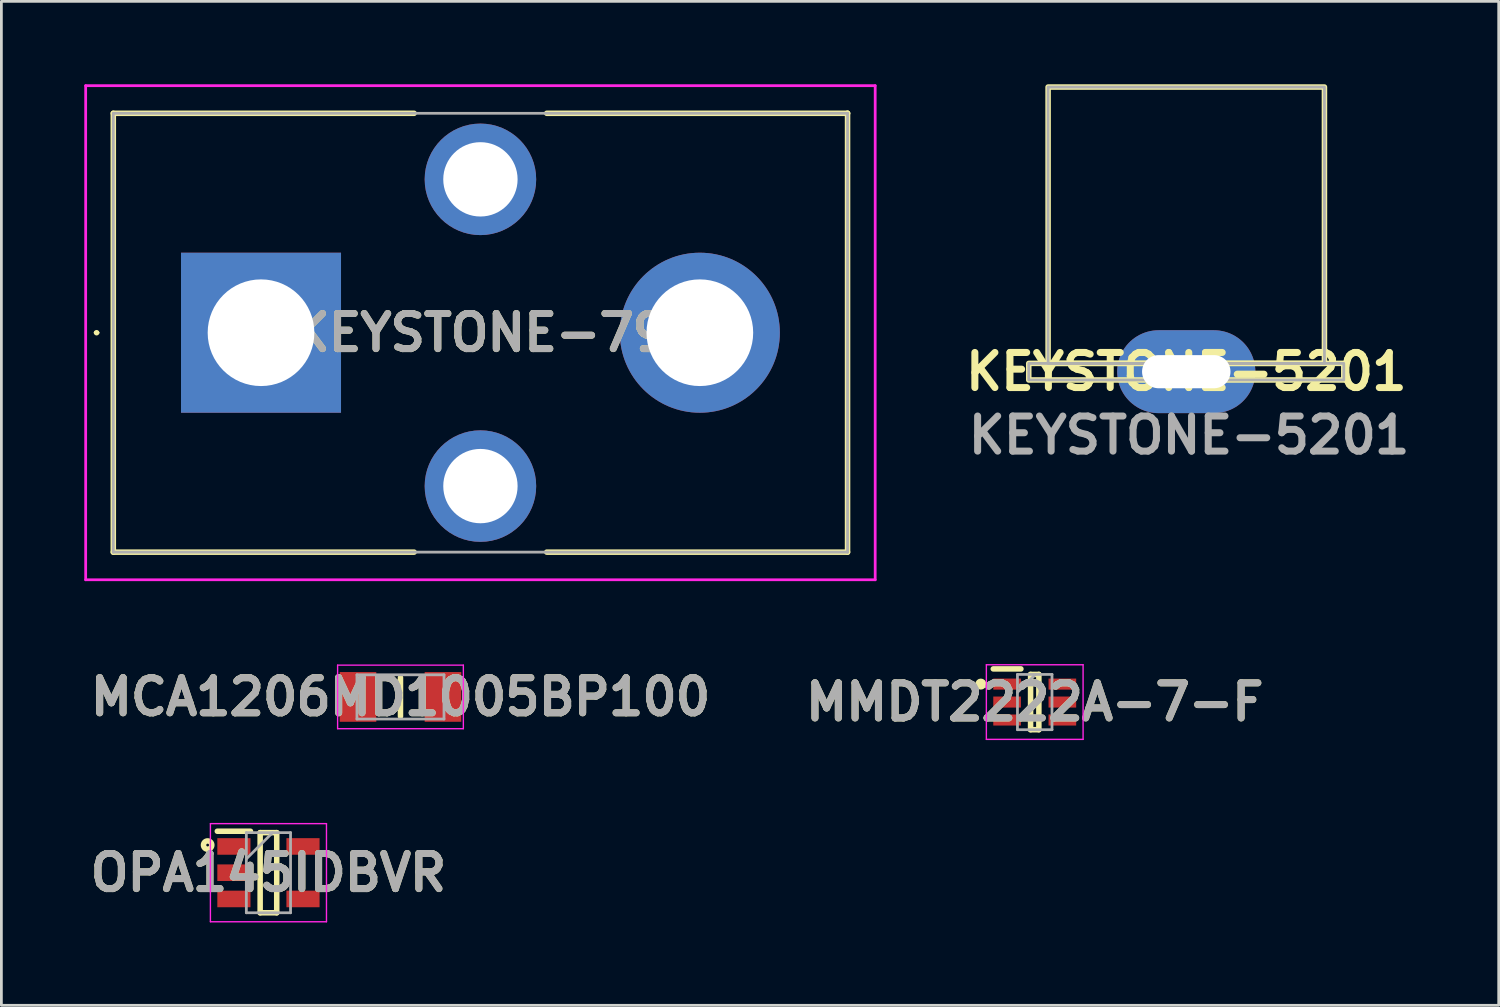
<source format=kicad_pcb>
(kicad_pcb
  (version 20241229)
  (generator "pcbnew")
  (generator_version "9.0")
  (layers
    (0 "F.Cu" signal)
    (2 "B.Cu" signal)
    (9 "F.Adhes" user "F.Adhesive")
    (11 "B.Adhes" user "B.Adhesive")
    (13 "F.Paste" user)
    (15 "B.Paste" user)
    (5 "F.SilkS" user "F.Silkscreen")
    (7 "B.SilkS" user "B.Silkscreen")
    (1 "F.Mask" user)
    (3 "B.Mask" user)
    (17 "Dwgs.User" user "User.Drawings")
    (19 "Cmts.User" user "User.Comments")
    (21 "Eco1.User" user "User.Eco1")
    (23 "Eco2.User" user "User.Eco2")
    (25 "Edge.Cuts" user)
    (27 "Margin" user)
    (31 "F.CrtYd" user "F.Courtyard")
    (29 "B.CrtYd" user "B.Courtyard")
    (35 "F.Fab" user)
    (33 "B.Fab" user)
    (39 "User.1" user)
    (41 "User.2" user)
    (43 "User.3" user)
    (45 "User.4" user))
  (footprint "KEYSTONE-5201"
    (layer "F.Cu")
    (at 39.877 10.4)
    (property "Reference" "KEYSTONE-5201" (at 0 0 0) (layer "F.SilkS") (effects (font (size 1.27 1.27) (thickness 0.254))))
    (attr through_hole)
    (fp_rect (start -5.7 -0.3) (end 5.7 0.3) (stroke (width 0.2) (type default)) (fill no) (layer "F.SilkS"))
    (fp_rect (start -5 -10.3) (end 5 -0.3) (stroke (width 0.2) (type default)) (fill no) (layer "F.SilkS"))
    (fp_rect (start -5.7 -0.3) (end 5.7 0.3) (stroke (width 0.1) (type default)) (fill no) (layer "F.Fab"))
    (fp_rect (start -5 -10.3) (end 5 -0.3) (stroke (width 0.1) (type default)) (fill no) (layer "F.Fab"))
    (fp_text user "${REFERENCE}" (at 0.1 2.3 0) (layer "F.Fab") (effects (font (size 1.27 1.27) (thickness 0.254))))
    (pad "1" thru_hole oval (at 0 0) (size 5 3) (drill oval 3.2 1.2) (layers "*.Cu" "*.Mask")))
  (footprint "OPA145IDBVR"
    (layer "F.Cu")
    (at 6.664 28.53)
    (property "Reference" "OPA145IDBVR" (at 0 0 0) (layer "F.SilkS") (effects (font (size 1.27 1.27) (thickness 0.254))))
    (attr smd)
    (fp_line (start -1.85 -1.5) (end -0.65 -1.5) (stroke (width 0.2) (type solid)) (layer "F.SilkS"))
    (fp_line (start -0.3 -1.45) (end 0.3 -1.45) (stroke (width 0.2) (type solid)) (layer "F.SilkS"))
    (fp_line (start -0.3 1.45) (end -0.3 -1.45) (stroke (width 0.2) (type solid)) (layer "F.SilkS"))
    (fp_line (start 0.3 -1.45) (end 0.3 1.45) (stroke (width 0.2) (type solid)) (layer "F.SilkS"))
    (fp_line (start 0.3 1.45) (end -0.3 1.45) (stroke (width 0.2) (type solid)) (layer "F.SilkS"))
    (fp_circle (center -2.2 -1) (end -2.15 -1) (stroke (width 0.2) (type default)) (fill no) (layer "F.SilkS"))
    (fp_line (start -2.1 -1.775) (end 2.1 -1.775) (stroke (width 0.05) (type solid)) (layer "F.CrtYd"))
    (fp_line (start -2.1 1.775) (end -2.1 -1.775) (stroke (width 0.05) (type solid)) (layer "F.CrtYd"))
    (fp_line (start 2.1 -1.775) (end 2.1 1.775) (stroke (width 0.05) (type solid)) (layer "F.CrtYd"))
    (fp_line (start 2.1 1.775) (end -2.1 1.775) (stroke (width 0.05) (type solid)) (layer "F.CrtYd"))
    (fp_line (start -0.8 -1.45) (end 0.8 -1.45) (stroke (width 0.1) (type solid)) (layer "F.Fab"))
    (fp_line (start -0.8 -0.5) (end 0.15 -1.45) (stroke (width 0.1) (type solid)) (layer "F.Fab"))
    (fp_line (start -0.8 1.45) (end -0.8 -1.45) (stroke (width 0.1) (type solid)) (layer "F.Fab"))
    (fp_line (start 0.8 -1.45) (end 0.8 1.45) (stroke (width 0.1) (type solid)) (layer "F.Fab"))
    (fp_line (start 0.8 1.45) (end -0.8 1.45) (stroke (width 0.1) (type solid)) (layer "F.Fab"))
    (fp_text user "${REFERENCE}" (at 0 0 0) (layer "F.Fab") (effects (font (size 1.27 1.27) (thickness 0.254))))
    (pad "1" smd rect (at -1.25 -0.95 90) (size 0.6 1.2) (layers "F.Cu" "F.Mask" "F.Paste"))
    (pad "2" smd rect (at -1.25 0 90) (size 0.6 1.2) (layers "F.Cu" "F.Mask" "F.Paste"))
    (pad "3" smd rect (at -1.25 0.95 90) (size 0.6 1.2) (layers "F.Cu" "F.Mask" "F.Paste"))
    (pad "4" smd rect (at 1.25 0.95 90) (size 0.6 1.2) (layers "F.Cu" "F.Mask" "F.Paste"))
    (pad "5" smd rect (at 1.25 -0.95 90) (size 0.6 1.2) (layers "F.Cu" "F.Mask" "F.Paste")))
  (footprint "KEYSTONE-79"
    (layer "F.Cu")
    (at 6.395 8.99)
    (property "Reference" "KEYSTONE-79" (at 7.94 0 0) (layer "F.SilkS") (effects (font (size 1.27 1.27) (thickness 0.254))))
    (attr through_hole)
    (fp_line (start -6 0) (end -6 0) (stroke (width 0.1) (type solid)) (layer "F.SilkS"))
    (fp_line (start -5.9 0) (end -5.9 0) (stroke (width 0.1) (type solid)) (layer "F.SilkS"))
    (fp_line (start -5.345 -7.94) (end -5.345 7.94) (stroke (width 0.2) (type solid)) (layer "F.SilkS"))
    (fp_line (start -5.345 7.94) (end 5.54 7.94) (stroke (width 0.2) (type solid)) (layer "F.SilkS"))
    (fp_line (start 5.54 -7.94) (end -5.345 -7.94) (stroke (width 0.2) (type solid)) (layer "F.SilkS"))
    (fp_line (start 10.34 7.94) (end 21.225 7.94) (stroke (width 0.2) (type solid)) (layer "F.SilkS"))
    (fp_line (start 21.225 -7.94) (end 10.34 -7.94) (stroke (width 0.2) (type solid)) (layer "F.SilkS"))
    (fp_line (start 21.225 -7.94) (end 21.225 -7.94) (stroke (width 0.2) (type solid)) (layer "F.SilkS"))
    (fp_line (start 21.225 7.94) (end 21.225 -7.94) (stroke (width 0.2) (type solid)) (layer "F.SilkS"))
    (fp_arc (start -6 0) (mid -5.95 -0.05) (end -5.9 0) (stroke (width 0.1) (type solid)) (layer "F.SilkS"))
    (fp_arc (start -5.9 0) (mid -5.95 0.05) (end -6 0) (stroke (width 0.1) (type solid)) (layer "F.SilkS"))
    (fp_line (start -6.345 -8.94) (end 22.225 -8.94) (stroke (width 0.1) (type solid)) (layer "F.CrtYd"))
    (fp_line (start -6.345 8.94) (end -6.345 -8.94) (stroke (width 0.1) (type solid)) (layer "F.CrtYd"))
    (fp_line (start 22.225 -8.94) (end 22.225 8.94) (stroke (width 0.1) (type solid)) (layer "F.CrtYd"))
    (fp_line (start 22.225 8.94) (end -6.345 8.94) (stroke (width 0.1) (type solid)) (layer "F.CrtYd"))
    (fp_line (start -5.345 -7.94) (end -5.345 7.94) (stroke (width 0.1) (type solid)) (layer "F.Fab"))
    (fp_line (start -5.345 7.94) (end 21.225 7.94) (stroke (width 0.1) (type solid)) (layer "F.Fab"))
    (fp_line (start 21.225 -7.94) (end -5.345 -7.94) (stroke (width 0.1) (type solid)) (layer "F.Fab"))
    (fp_line (start 21.225 7.94) (end 21.225 -7.94) (stroke (width 0.1) (type solid)) (layer "F.Fab"))
    (fp_text user "${REFERENCE}" (at 7.94 0 0) (layer "F.Fab") (effects (font (size 1.27 1.27) (thickness 0.254))))
    (pad "1" thru_hole rect (at 0 0) (size 5.79 5.79) (drill 3.86) (layers "*.Cu" "*.Mask"))
    (pad "2" thru_hole circle (at 7.94 5.55) (size 4.035 4.035) (drill 2.69) (layers "*.Cu" "*.Mask"))
    (pad "3" thru_hole circle (at 15.88 0) (size 5.79 5.79) (drill 3.86) (layers "*.Cu" "*.Mask"))
    (pad "4" thru_hole circle (at 7.94 -5.55) (size 4.035 4.035) (drill 2.69) (layers "*.Cu" "*.Mask")))
  (footprint "MMDT2222A-7-F"
    (layer "F.Cu")
    (at 34.393 22.355)
    (property "Reference" "MMDT2222A-7-F" (at 0 0 0) (layer "F.SilkS") (effects (font (size 1.27 1.27) (thickness 0.254))))
    (attr smd)
    (fp_line (start -1.5 -1.2) (end -0.5 -1.2) (stroke (width 0.2) (type solid)) (layer "F.SilkS"))
    (fp_line (start -0.15 -1) (end 0.15 -1) (stroke (width 0.2) (type solid)) (layer "F.SilkS"))
    (fp_line (start -0.15 1) (end -0.15 -1) (stroke (width 0.2) (type solid)) (layer "F.SilkS"))
    (fp_line (start 0.15 -1) (end 0.15 1) (stroke (width 0.2) (type solid)) (layer "F.SilkS"))
    (fp_line (start 0.15 1) (end -0.15 1) (stroke (width 0.2) (type solid)) (layer "F.SilkS"))
    (fp_circle (center -1.95 -0.65) (end -1.85 -0.65) (stroke (width 0.2) (type default)) (fill no) (layer "F.SilkS"))
    (fp_line (start -1.75 -1.35) (end 1.75 -1.35) (stroke (width 0.05) (type solid)) (layer "F.CrtYd"))
    (fp_line (start -1.75 1.35) (end -1.75 -1.35) (stroke (width 0.05) (type solid)) (layer "F.CrtYd"))
    (fp_line (start 1.75 -1.35) (end 1.75 1.35) (stroke (width 0.05) (type solid)) (layer "F.CrtYd"))
    (fp_line (start 1.75 1.35) (end -1.75 1.35) (stroke (width 0.05) (type solid)) (layer "F.CrtYd"))
    (fp_line (start -0.625 -1) (end 0.625 -1) (stroke (width 0.1) (type solid)) (layer "F.Fab"))
    (fp_line (start -0.625 -0.35) (end 0.025 -1) (stroke (width 0.1) (type solid)) (layer "F.Fab"))
    (fp_line (start -0.625 1) (end -0.625 -1) (stroke (width 0.1) (type solid)) (layer "F.Fab"))
    (fp_line (start 0.625 -1) (end 0.625 1) (stroke (width 0.1) (type solid)) (layer "F.Fab"))
    (fp_line (start 0.625 1) (end -0.625 1) (stroke (width 0.1) (type solid)) (layer "F.Fab"))
    (fp_text user "${REFERENCE}" (at 0 0 0) (layer "F.Fab") (effects (font (size 1.27 1.27) (thickness 0.254))))
    (pad "1" smd rect (at -1 -0.65 90) (size 0.4 1) (layers "F.Cu" "F.Mask" "F.Paste"))
    (pad "2" smd rect (at -1 0 90) (size 0.4 1) (layers "F.Cu" "F.Mask" "F.Paste"))
    (pad "3" smd rect (at -1 0.65 90) (size 0.4 1) (layers "F.Cu" "F.Mask" "F.Paste"))
    (pad "4" smd rect (at 1 0.65 90) (size 0.4 1) (layers "F.Cu" "F.Mask" "F.Paste"))
    (pad "5" smd rect (at 1 0 90) (size 0.4 1) (layers "F.Cu" "F.Mask" "F.Paste"))
    (pad "6" smd rect (at 1 -0.65 90) (size 0.4 1) (layers "F.Cu" "F.Mask" "F.Paste")))
  (footprint "MCA1206MD1005BP100"
    (layer "F.Cu")
    (at 11.442 22.169)
    (property "Reference" "MCA1206MD1005BP100" (at 0 0 0) (layer "F.SilkS") (effects (font (size 1.27 1.27) (thickness 0.254))))
    (attr smd)
    (fp_line (start 0 -0.7) (end 0 0.7) (stroke (width 0.2) (type solid)) (layer "F.SilkS"))
    (fp_line (start -2.275 -1.15) (end 2.275 -1.15) (stroke (width 0.05) (type solid)) (layer "F.CrtYd"))
    (fp_line (start -2.275 1.15) (end -2.275 -1.15) (stroke (width 0.05) (type solid)) (layer "F.CrtYd"))
    (fp_line (start 2.275 -1.15) (end 2.275 1.15) (stroke (width 0.05) (type solid)) (layer "F.CrtYd"))
    (fp_line (start 2.275 1.15) (end -2.275 1.15) (stroke (width 0.05) (type solid)) (layer "F.CrtYd"))
    (fp_line (start -1.575 -0.8) (end 1.575 -0.8) (stroke (width 0.1) (type solid)) (layer "F.Fab"))
    (fp_line (start -1.575 0.8) (end -1.575 -0.8) (stroke (width 0.1) (type solid)) (layer "F.Fab"))
    (fp_line (start 1.575 -0.8) (end 1.575 0.8) (stroke (width 0.1) (type solid)) (layer "F.Fab"))
    (fp_line (start 1.575 0.8) (end -1.575 0.8) (stroke (width 0.1) (type solid)) (layer "F.Fab"))
    (fp_text user "${REFERENCE}" (at 0 0 0) (layer "F.Fab") (effects (font (size 1.27 1.27) (thickness 0.254))))
    (pad "1" smd rect (at -1.538 0) (size 1.325 1.8) (layers "F.Cu" "F.Mask" "F.Paste"))
    (pad "2" smd rect (at 1.538 0) (size 1.325 1.8) (layers "F.Cu" "F.Mask" "F.Paste")))
  (gr_rect
    (start -3 -3)
    (end 51.183 33.33)
    (stroke (width 0.1) (type default))
    (fill no)
    (layer "Edge.Cuts")))
</source>
